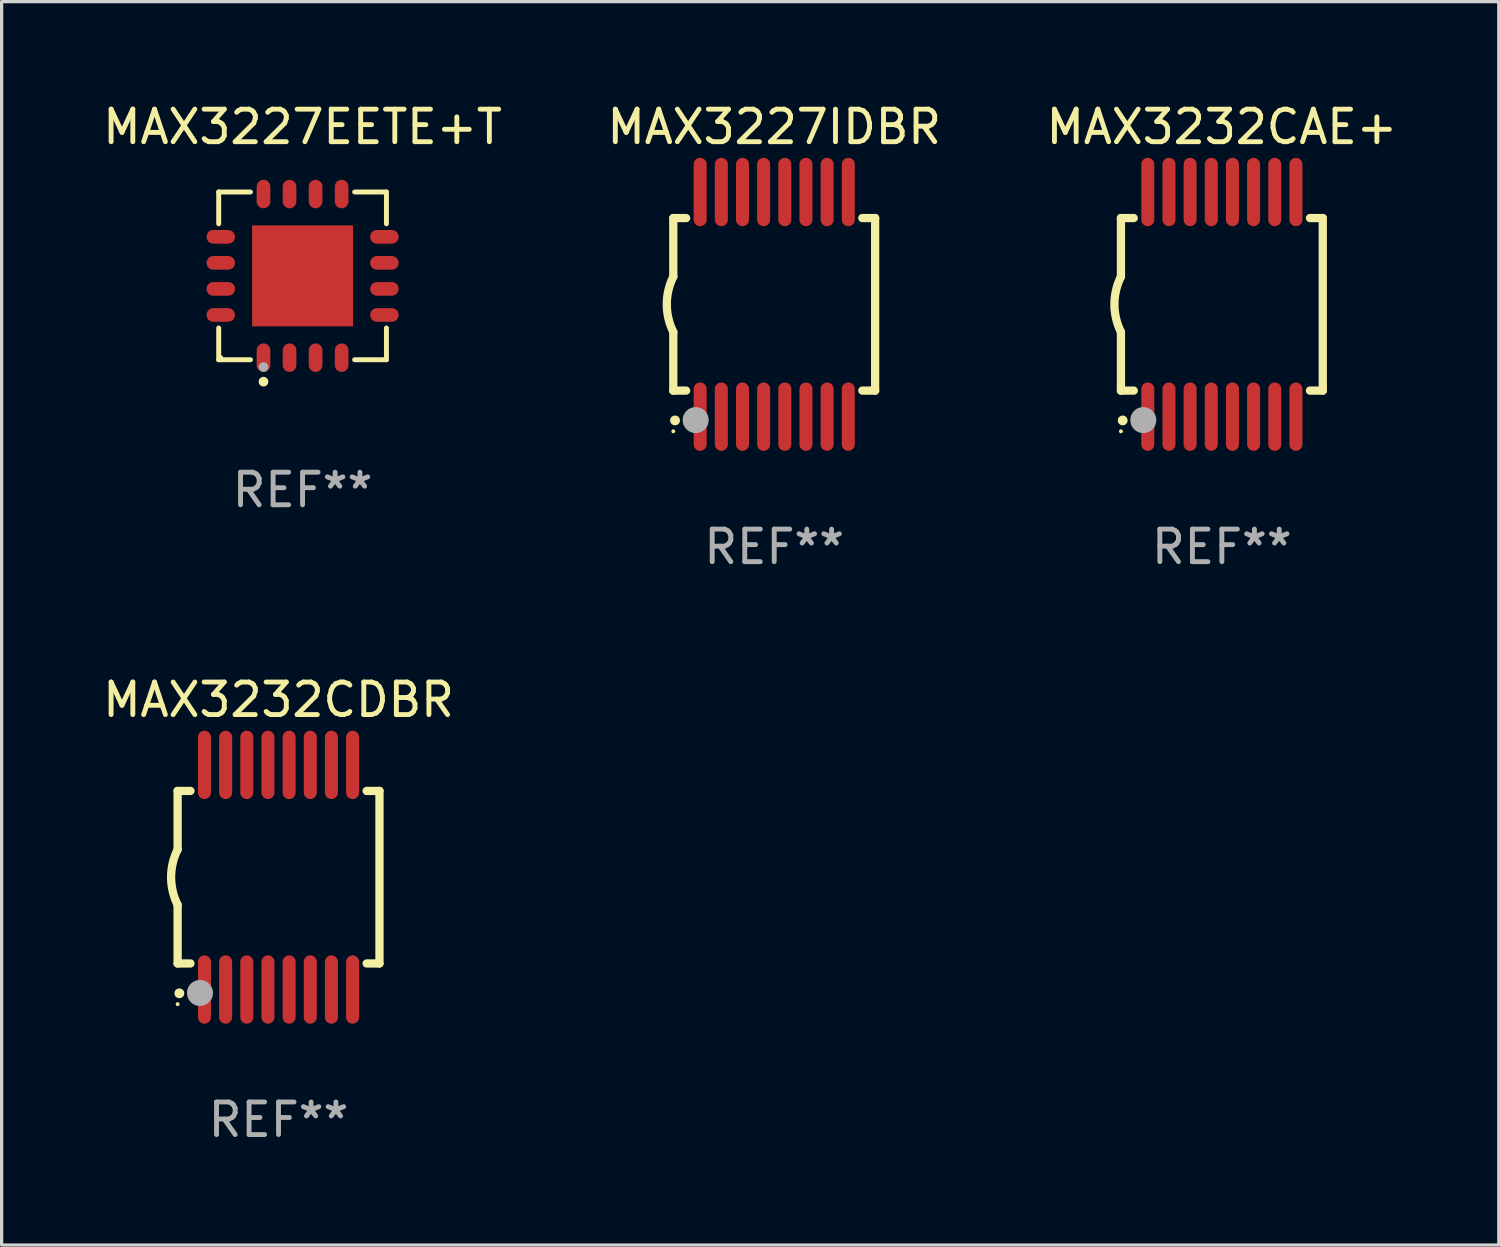
<source format=kicad_pcb>
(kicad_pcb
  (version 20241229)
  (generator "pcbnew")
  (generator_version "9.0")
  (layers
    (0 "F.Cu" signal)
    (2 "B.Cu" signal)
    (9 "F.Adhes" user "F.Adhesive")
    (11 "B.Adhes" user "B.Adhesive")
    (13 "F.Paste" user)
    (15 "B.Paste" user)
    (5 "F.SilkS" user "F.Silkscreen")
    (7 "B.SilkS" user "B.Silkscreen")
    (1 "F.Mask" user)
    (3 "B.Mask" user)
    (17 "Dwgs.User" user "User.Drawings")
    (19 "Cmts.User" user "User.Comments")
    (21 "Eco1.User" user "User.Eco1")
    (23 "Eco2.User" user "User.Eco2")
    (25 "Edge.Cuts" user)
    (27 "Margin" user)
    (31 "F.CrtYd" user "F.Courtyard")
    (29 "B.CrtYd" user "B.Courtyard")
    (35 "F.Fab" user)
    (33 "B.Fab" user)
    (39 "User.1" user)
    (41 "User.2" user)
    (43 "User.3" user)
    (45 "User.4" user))
  (footprint "MAX3227EETE+T"
    (layer "F.Cu")
    (at 6.244 5.424)
    (property "Reference" "MAX3227EETE+T" (at 0 -4.576 0) (layer "F.SilkS") (effects (font (size 1 1) (thickness 0.15))))
    (attr through_hole)
    (fp_line (start -2.576 -2.576) (end -1.601 -2.576) (stroke (width 0.152) (type solid)) (layer "F.SilkS"))
    (fp_line (start -2.576 -1.601) (end -2.576 -2.576) (stroke (width 0.152) (type solid)) (layer "F.SilkS"))
    (fp_line (start -2.576 1.601) (end -2.576 2.576) (stroke (width 0.152) (type solid)) (layer "F.SilkS"))
    (fp_line (start -2.576 2.576) (end -1.601 2.576) (stroke (width 0.152) (type solid)) (layer "F.SilkS"))
    (fp_line (start 2.576 -2.576) (end 1.601 -2.576) (stroke (width 0.152) (type solid)) (layer "F.SilkS"))
    (fp_line (start 2.576 -1.601) (end 2.576 -2.576) (stroke (width 0.152) (type solid)) (layer "F.SilkS"))
    (fp_line (start 2.576 1.601) (end 2.576 2.576) (stroke (width 0.152) (type solid)) (layer "F.SilkS"))
    (fp_line (start 2.576 2.576) (end 1.601 2.576) (stroke (width 0.152) (type solid)) (layer "F.SilkS"))
    (fp_circle (center -2.5 2.5) (end -2.47 2.5) (stroke (width 0.06) (type solid)) (fill no) (layer "F.SilkS"))
    (fp_circle (center -1.2 3.25) (end -1.125 3.25) (stroke (width 0.15) (type solid)) (fill no) (layer "F.SilkS"))
    (fp_circle (center -1.2 2.8) (end -1.125 2.8) (stroke (width 0.15) (type solid)) (fill no) (layer "F.Fab"))
    (fp_text user "REF**" (at 0 6.576 0) (layer "F.Fab") (effects (font (size 1 1) (thickness 0.15))))
    (pad "1" smd oval (at -1.2 2.513) (size 0.42 0.875) (layers "F.Cu" "F.Mask" "F.Paste"))
    (pad "2" smd oval (at -0.4 2.513) (size 0.42 0.875) (layers "F.Cu" "F.Mask" "F.Paste"))
    (pad "3" smd oval (at 0.4 2.513) (size 0.42 0.875) (layers "F.Cu" "F.Mask" "F.Paste"))
    (pad "4" smd oval (at 1.2 2.513) (size 0.42 0.875) (layers "F.Cu" "F.Mask" "F.Paste"))
    (pad "5" smd oval (at 2.513 1.2) (size 0.875 0.42) (layers "F.Cu" "F.Mask" "F.Paste"))
    (pad "6" smd oval (at 2.513 0.4) (size 0.875 0.42) (layers "F.Cu" "F.Mask" "F.Paste"))
    (pad "7" smd oval (at 2.513 -0.4) (size 0.875 0.42) (layers "F.Cu" "F.Mask" "F.Paste"))
    (pad "8" smd oval (at 2.513 -1.2) (size 0.875 0.42) (layers "F.Cu" "F.Mask" "F.Paste"))
    (pad "9" smd oval (at 1.2 -2.513) (size 0.42 0.875) (layers "F.Cu" "F.Mask" "F.Paste"))
    (pad "10" smd oval (at 0.4 -2.513) (size 0.42 0.875) (layers "F.Cu" "F.Mask" "F.Paste"))
    (pad "11" smd oval (at -0.4 -2.513) (size 0.42 0.875) (layers "F.Cu" "F.Mask" "F.Paste"))
    (pad "12" smd oval (at -1.2 -2.513) (size 0.42 0.875) (layers "F.Cu" "F.Mask" "F.Paste"))
    (pad "13" smd oval (at -2.513 -1.2) (size 0.875 0.42) (layers "F.Cu" "F.Mask" "F.Paste"))
    (pad "14" smd oval (at -2.513 -0.4) (size 0.875 0.42) (layers "F.Cu" "F.Mask" "F.Paste"))
    (pad "15" smd oval (at -2.513 0.4) (size 0.875 0.42) (layers "F.Cu" "F.Mask" "F.Paste"))
    (pad "16" smd oval (at -2.513 1.2) (size 0.875 0.42) (layers "F.Cu" "F.Mask" "F.Paste"))
    (pad "17" smd rect (at 0 0) (size 3.1 3.1) (layers "F.Cu" "F.Mask" "F.Paste")))
  (footprint "MAX3232CAE+"
    (layer "F.Cu")
    (at 34.482 6.298)
    (property "Reference" "MAX3232CAE+" (at 0 -5.45 0) (layer "F.SilkS") (effects (font (size 1 1) (thickness 0.15))))
    (attr through_hole)
    (fp_line (start -3.1 -2.65) (end -3.1 -0.85) (stroke (width 0.254) (type solid)) (layer "F.SilkS"))
    (fp_line (start -3.1 -2.65) (end -2.706 -2.65) (stroke (width 0.254) (type solid)) (layer "F.SilkS"))
    (fp_line (start -3.1 2.65) (end -3.1 0.85) (stroke (width 0.254) (type solid)) (layer "F.SilkS"))
    (fp_line (start -3.1 2.65) (end -2.706 2.65) (stroke (width 0.254) (type solid)) (layer "F.SilkS"))
    (fp_line (start 2.706 -2.65) (end 3.1 -2.65) (stroke (width 0.254) (type solid)) (layer "F.SilkS"))
    (fp_line (start 2.706 2.65) (end 3.1 2.65) (stroke (width 0.254) (type solid)) (layer "F.SilkS"))
    (fp_line (start 3.1 -2.65) (end 3.1 2.65) (stroke (width 0.254) (type solid)) (layer "F.SilkS"))
    (fp_arc (start -3.098907 0.850902) (mid -3.300057 0.000523) (end -3.1 -0.850114) (stroke (width 0.254001) (type solid)) (layer "F.SilkS"))
    (fp_arc (start -3.048006 3.566066) (mid -3.046736 3.566061) (end -3.045466 3.566066) (stroke (width 0.3) (type solid)) (layer "F.SilkS"))
    (fp_circle (center -3.1 3.9) (end -3.07 3.9) (stroke (width 0.06) (type solid)) (fill no) (layer "F.SilkS"))
    (fp_circle (center -2.413 3.556) (end -2.213 3.556) (stroke (width 0.4) (type solid)) (fill no) (layer "F.Fab"))
    (fp_text user "REF**" (at 0 7.45 0) (layer "F.Fab") (effects (font (size 1 1) (thickness 0.15))))
    (pad "1" smd oval (at -2.275 3.45 180) (size 0.4 2.1) (layers "F.Cu" "F.Mask" "F.Paste"))
    (pad "2" smd oval (at -1.625 3.45 180) (size 0.4 2.1) (layers "F.Cu" "F.Mask" "F.Paste"))
    (pad "3" smd oval (at -0.975 3.45 180) (size 0.4 2.1) (layers "F.Cu" "F.Mask" "F.Paste"))
    (pad "4" smd oval (at -0.325 3.45 180) (size 0.4 2.1) (layers "F.Cu" "F.Mask" "F.Paste"))
    (pad "5" smd oval (at 0.325 3.45 180) (size 0.4 2.1) (layers "F.Cu" "F.Mask" "F.Paste"))
    (pad "6" smd oval (at 0.975 3.45 180) (size 0.4 2.1) (layers "F.Cu" "F.Mask" "F.Paste"))
    (pad "7" smd oval (at 1.625 3.45 180) (size 0.4 2.1) (layers "F.Cu" "F.Mask" "F.Paste"))
    (pad "8" smd oval (at 2.275 3.45 180) (size 0.4 2.1) (layers "F.Cu" "F.Mask" "F.Paste"))
    (pad "9" smd oval (at 2.275 -3.45 180) (size 0.4 2.1) (layers "F.Cu" "F.Mask" "F.Paste"))
    (pad "10" smd oval (at 1.625 -3.45 180) (size 0.4 2.1) (layers "F.Cu" "F.Mask" "F.Paste"))
    (pad "11" smd oval (at 0.975 -3.45 180) (size 0.4 2.1) (layers "F.Cu" "F.Mask" "F.Paste"))
    (pad "12" smd oval (at 0.325 -3.45 180) (size 0.4 2.1) (layers "F.Cu" "F.Mask" "F.Paste"))
    (pad "13" smd oval (at -0.325 -3.45 180) (size 0.4 2.1) (layers "F.Cu" "F.Mask" "F.Paste"))
    (pad "14" smd oval (at -0.975 -3.45 180) (size 0.4 2.1) (layers "F.Cu" "F.Mask" "F.Paste"))
    (pad "15" smd oval (at -1.625 -3.45 180) (size 0.4 2.1) (layers "F.Cu" "F.Mask" "F.Paste"))
    (pad "16" smd oval (at -2.275 -3.45 180) (size 0.4 2.1) (layers "F.Cu" "F.Mask" "F.Paste")))
  (footprint "MAX3227IDBR"
    (layer "F.Cu")
    (at 20.732 6.298)
    (property "Reference" "MAX3227IDBR" (at 0 -5.45 0) (layer "F.SilkS") (effects (font (size 1 1) (thickness 0.15))))
    (attr through_hole)
    (fp_line (start -3.1 -2.65) (end -3.1 -0.85) (stroke (width 0.254) (type solid)) (layer "F.SilkS"))
    (fp_line (start -3.1 -2.65) (end -2.706 -2.65) (stroke (width 0.254) (type solid)) (layer "F.SilkS"))
    (fp_line (start -3.1 2.65) (end -3.1 0.85) (stroke (width 0.254) (type solid)) (layer "F.SilkS"))
    (fp_line (start -3.1 2.65) (end -2.706 2.65) (stroke (width 0.254) (type solid)) (layer "F.SilkS"))
    (fp_line (start 2.706 -2.65) (end 3.1 -2.65) (stroke (width 0.254) (type solid)) (layer "F.SilkS"))
    (fp_line (start 2.706 2.65) (end 3.1 2.65) (stroke (width 0.254) (type solid)) (layer "F.SilkS"))
    (fp_line (start 3.1 -2.65) (end 3.1 2.65) (stroke (width 0.254) (type solid)) (layer "F.SilkS"))
    (fp_arc (start -3.098907 0.850902) (mid -3.300057 0.000523) (end -3.1 -0.850114) (stroke (width 0.254001) (type solid)) (layer "F.SilkS"))
    (fp_arc (start -3.048006 3.566066) (mid -3.046736 3.566061) (end -3.045466 3.566066) (stroke (width 0.3) (type solid)) (layer "F.SilkS"))
    (fp_circle (center -3.1 3.9) (end -3.07 3.9) (stroke (width 0.06) (type solid)) (fill no) (layer "F.SilkS"))
    (fp_circle (center -2.413 3.556) (end -2.213 3.556) (stroke (width 0.4) (type solid)) (fill no) (layer "F.Fab"))
    (fp_text user "REF**" (at 0 7.45 0) (layer "F.Fab") (effects (font (size 1 1) (thickness 0.15))))
    (pad "1" smd oval (at -2.275 3.45 180) (size 0.4 2.1) (layers "F.Cu" "F.Mask" "F.Paste"))
    (pad "2" smd oval (at -1.625 3.45 180) (size 0.4 2.1) (layers "F.Cu" "F.Mask" "F.Paste"))
    (pad "3" smd oval (at -0.975 3.45 180) (size 0.4 2.1) (layers "F.Cu" "F.Mask" "F.Paste"))
    (pad "4" smd oval (at -0.325 3.45 180) (size 0.4 2.1) (layers "F.Cu" "F.Mask" "F.Paste"))
    (pad "5" smd oval (at 0.325 3.45 180) (size 0.4 2.1) (layers "F.Cu" "F.Mask" "F.Paste"))
    (pad "6" smd oval (at 0.975 3.45 180) (size 0.4 2.1) (layers "F.Cu" "F.Mask" "F.Paste"))
    (pad "7" smd oval (at 1.625 3.45 180) (size 0.4 2.1) (layers "F.Cu" "F.Mask" "F.Paste"))
    (pad "8" smd oval (at 2.275 3.45 180) (size 0.4 2.1) (layers "F.Cu" "F.Mask" "F.Paste"))
    (pad "9" smd oval (at 2.275 -3.45 180) (size 0.4 2.1) (layers "F.Cu" "F.Mask" "F.Paste"))
    (pad "10" smd oval (at 1.625 -3.45 180) (size 0.4 2.1) (layers "F.Cu" "F.Mask" "F.Paste"))
    (pad "11" smd oval (at 0.975 -3.45 180) (size 0.4 2.1) (layers "F.Cu" "F.Mask" "F.Paste"))
    (pad "12" smd oval (at 0.325 -3.45 180) (size 0.4 2.1) (layers "F.Cu" "F.Mask" "F.Paste"))
    (pad "13" smd oval (at -0.325 -3.45 180) (size 0.4 2.1) (layers "F.Cu" "F.Mask" "F.Paste"))
    (pad "14" smd oval (at -0.975 -3.45 180) (size 0.4 2.1) (layers "F.Cu" "F.Mask" "F.Paste"))
    (pad "15" smd oval (at -1.625 -3.45 180) (size 0.4 2.1) (layers "F.Cu" "F.Mask" "F.Paste"))
    (pad "16" smd oval (at -2.275 -3.45 180) (size 0.4 2.1) (layers "F.Cu" "F.Mask" "F.Paste")))
  (footprint "MAX3232CDBR"
    (layer "F.Cu")
    (at 5.506 23.895)
    (property "Reference" "MAX3232CDBR" (at 0 -5.45 0) (layer "F.SilkS") (effects (font (size 1 1) (thickness 0.15))))
    (attr through_hole)
    (fp_line (start -3.1 -2.65) (end -3.1 -0.85) (stroke (width 0.254) (type solid)) (layer "F.SilkS"))
    (fp_line (start -3.1 -2.65) (end -2.706 -2.65) (stroke (width 0.254) (type solid)) (layer "F.SilkS"))
    (fp_line (start -3.1 2.65) (end -3.1 0.85) (stroke (width 0.254) (type solid)) (layer "F.SilkS"))
    (fp_line (start -3.1 2.65) (end -2.706 2.65) (stroke (width 0.254) (type solid)) (layer "F.SilkS"))
    (fp_line (start 2.706 -2.65) (end 3.1 -2.65) (stroke (width 0.254) (type solid)) (layer "F.SilkS"))
    (fp_line (start 2.706 2.65) (end 3.1 2.65) (stroke (width 0.254) (type solid)) (layer "F.SilkS"))
    (fp_line (start 3.1 -2.65) (end 3.1 2.65) (stroke (width 0.254) (type solid)) (layer "F.SilkS"))
    (fp_arc (start -3.098907 0.850902) (mid -3.300057 0.000523) (end -3.1 -0.850114) (stroke (width 0.254001) (type solid)) (layer "F.SilkS"))
    (fp_arc (start -3.048006 3.566066) (mid -3.046736 3.566061) (end -3.045466 3.566066) (stroke (width 0.3) (type solid)) (layer "F.SilkS"))
    (fp_circle (center -3.1 3.9) (end -3.07 3.9) (stroke (width 0.06) (type solid)) (fill no) (layer "F.SilkS"))
    (fp_circle (center -2.413 3.556) (end -2.213 3.556) (stroke (width 0.4) (type solid)) (fill no) (layer "F.Fab"))
    (fp_text user "REF**" (at 0 7.45 0) (layer "F.Fab") (effects (font (size 1 1) (thickness 0.15))))
    (pad "1" smd oval (at -2.275 3.45 180) (size 0.4 2.1) (layers "F.Cu" "F.Mask" "F.Paste"))
    (pad "2" smd oval (at -1.625 3.45 180) (size 0.4 2.1) (layers "F.Cu" "F.Mask" "F.Paste"))
    (pad "3" smd oval (at -0.975 3.45 180) (size 0.4 2.1) (layers "F.Cu" "F.Mask" "F.Paste"))
    (pad "4" smd oval (at -0.325 3.45 180) (size 0.4 2.1) (layers "F.Cu" "F.Mask" "F.Paste"))
    (pad "5" smd oval (at 0.325 3.45 180) (size 0.4 2.1) (layers "F.Cu" "F.Mask" "F.Paste"))
    (pad "6" smd oval (at 0.975 3.45 180) (size 0.4 2.1) (layers "F.Cu" "F.Mask" "F.Paste"))
    (pad "7" smd oval (at 1.625 3.45 180) (size 0.4 2.1) (layers "F.Cu" "F.Mask" "F.Paste"))
    (pad "8" smd oval (at 2.275 3.45 180) (size 0.4 2.1) (layers "F.Cu" "F.Mask" "F.Paste"))
    (pad "9" smd oval (at 2.275 -3.45 180) (size 0.4 2.1) (layers "F.Cu" "F.Mask" "F.Paste"))
    (pad "10" smd oval (at 1.625 -3.45 180) (size 0.4 2.1) (layers "F.Cu" "F.Mask" "F.Paste"))
    (pad "11" smd oval (at 0.975 -3.45 180) (size 0.4 2.1) (layers "F.Cu" "F.Mask" "F.Paste"))
    (pad "12" smd oval (at 0.325 -3.45 180) (size 0.4 2.1) (layers "F.Cu" "F.Mask" "F.Paste"))
    (pad "13" smd oval (at -0.325 -3.45 180) (size 0.4 2.1) (layers "F.Cu" "F.Mask" "F.Paste"))
    (pad "14" smd oval (at -0.975 -3.45 180) (size 0.4 2.1) (layers "F.Cu" "F.Mask" "F.Paste"))
    (pad "15" smd oval (at -1.625 -3.45 180) (size 0.4 2.1) (layers "F.Cu" "F.Mask" "F.Paste"))
    (pad "16" smd oval (at -2.275 -3.45 180) (size 0.4 2.1) (layers "F.Cu" "F.Mask" "F.Paste")))
  (gr_rect
    (start -3 -3)
    (end 42.988 35.193)
    (stroke (width 0.1) (type default))
    (fill no)
    (layer "Edge.Cuts")))
</source>
